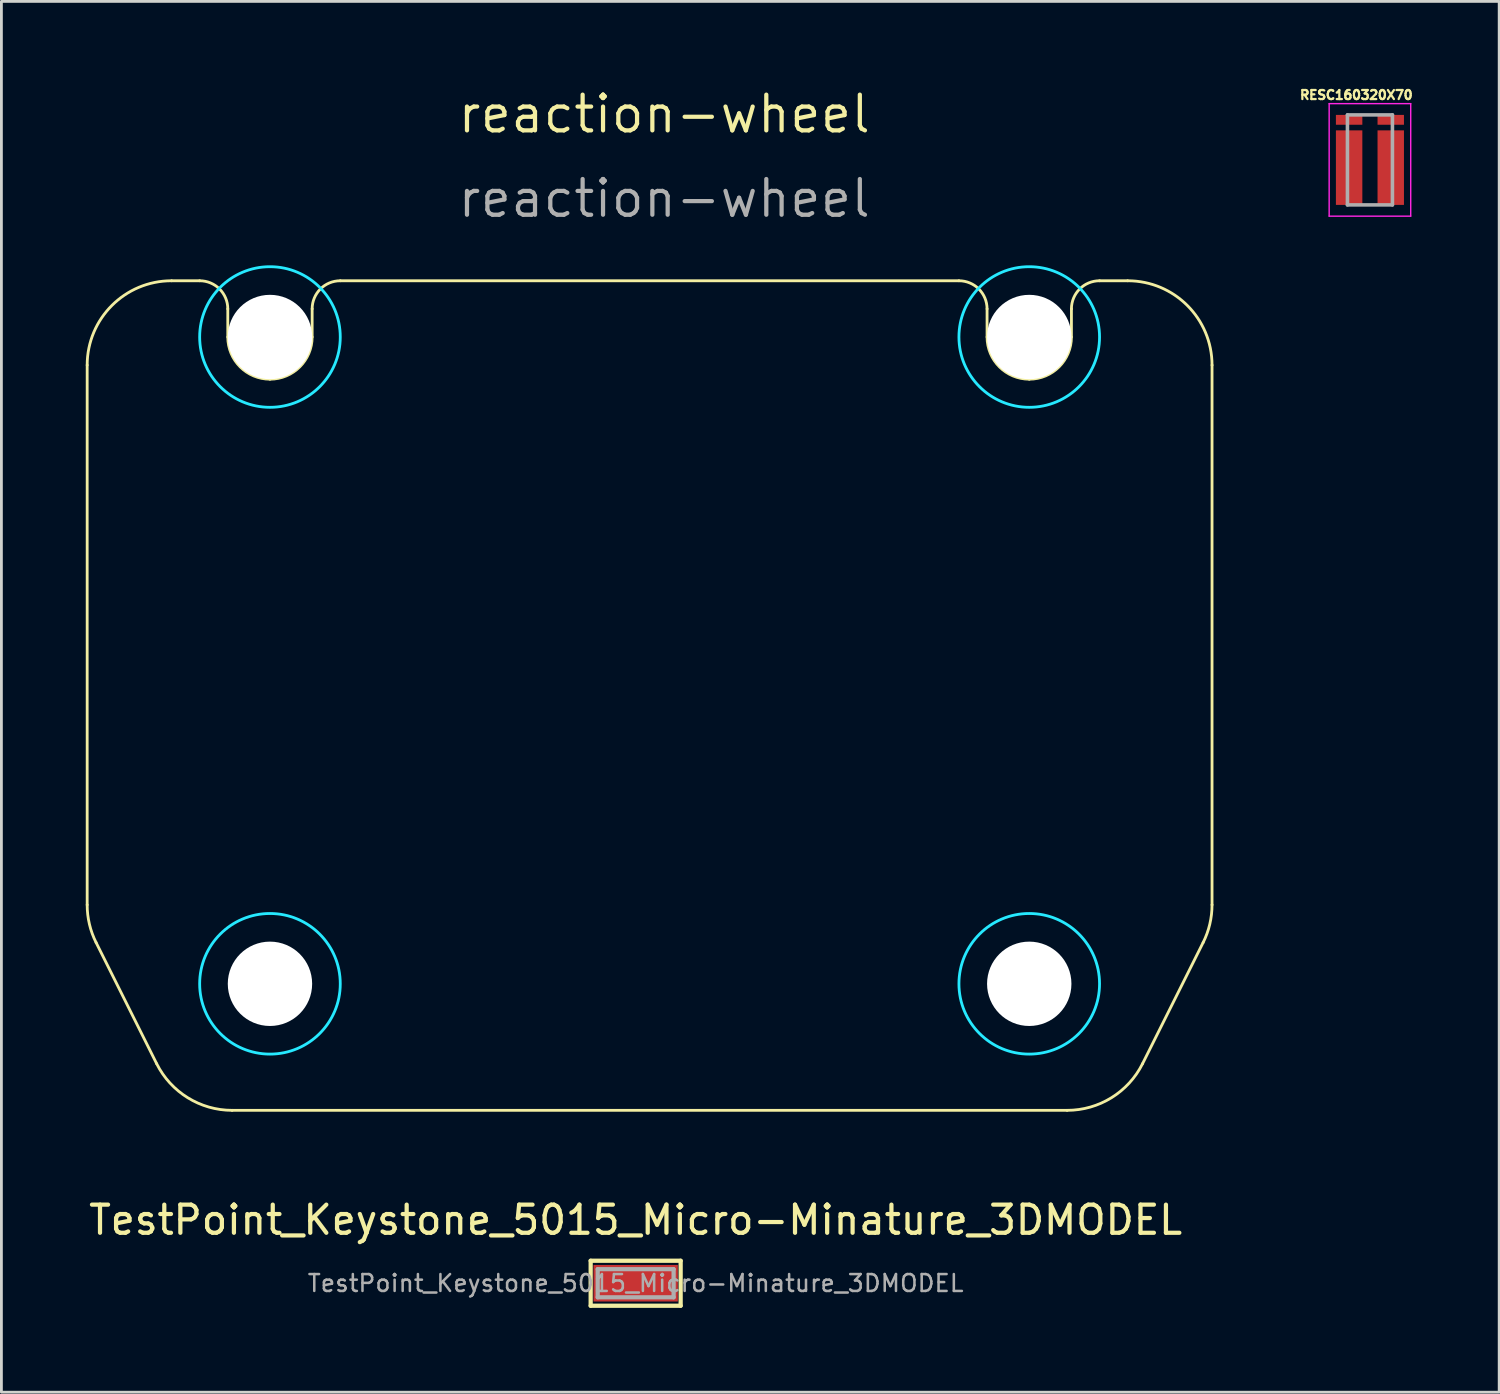
<source format=kicad_pcb>
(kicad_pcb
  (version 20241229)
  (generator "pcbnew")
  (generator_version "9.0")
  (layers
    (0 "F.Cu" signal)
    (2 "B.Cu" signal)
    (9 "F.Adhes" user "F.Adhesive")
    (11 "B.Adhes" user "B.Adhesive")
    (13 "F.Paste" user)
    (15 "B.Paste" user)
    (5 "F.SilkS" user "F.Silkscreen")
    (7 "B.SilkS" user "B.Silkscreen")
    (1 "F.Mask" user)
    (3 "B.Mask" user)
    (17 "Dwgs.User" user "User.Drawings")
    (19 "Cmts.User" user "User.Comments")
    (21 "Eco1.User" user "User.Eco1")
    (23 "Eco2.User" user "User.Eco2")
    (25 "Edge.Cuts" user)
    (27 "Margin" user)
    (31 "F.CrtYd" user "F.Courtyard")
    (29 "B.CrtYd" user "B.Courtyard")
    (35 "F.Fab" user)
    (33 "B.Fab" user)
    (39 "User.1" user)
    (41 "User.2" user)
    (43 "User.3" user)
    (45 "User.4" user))
  (footprint "TestPoint_Keystone_5015_Micro-Minature_3DMODEL"
    (layer "F.Cu")
    (at 19.554 42.582)
    (property "Reference" "TestPoint_Keystone_5015_Micro-Minature_3DMODEL" (at 0 -2.25 0) (layer "F.SilkS") (effects (font (size 1 1) (thickness 0.15))))
    (attr smd)
    (fp_line (start -1.6 -0.8) (end 1.6 -0.8) (stroke (width 0.15) (type solid)) (layer "F.SilkS"))
    (fp_line (start -1.6 0.8) (end -1.6 -0.8) (stroke (width 0.15) (type solid)) (layer "F.SilkS"))
    (fp_line (start 1.6 -0.8) (end 1.6 0.8) (stroke (width 0.15) (type solid)) (layer "F.SilkS"))
    (fp_line (start 1.6 0.8) (end -1.6 0.8) (stroke (width 0.15) (type solid)) (layer "F.SilkS"))
    (fp_line (start -1.35 0.5) (end -1.35 -0.5) (stroke (width 0.15) (type solid)) (layer "F.Fab"))
    (fp_line (start -1.35 0.5) (end 1.35 0.5) (stroke (width 0.15) (type solid)) (layer "F.Fab"))
    (fp_line (start 1.35 -0.5) (end -1.35 -0.5) (stroke (width 0.15) (type solid)) (layer "F.Fab"))
    (fp_line (start 1.35 -0.5) (end 1.35 0.5) (stroke (width 0.15) (type solid)) (layer "F.Fab"))
    (fp_text user "${REFERENCE}" (at 0 0 0) (layer "F.Fab") (effects (font (size 0.6 0.6) (thickness 0.09))))
    (pad "1" smd rect (at 0 0) (size 3 1.3) (layers "F.Cu" "F.Mask" "F.Paste")))
  (footprint "reaction-wheel"
    (layer "F.Cu")
    (at 6.55 8.934)
    (property "Reference" "reaction-wheel" (at 14.021 -7.928 0) (unlocked yes) (layer "F.SilkS") (effects (font (size 1.27 1.27) (thickness 0.15))))
    (fp_line (start -6.5 1) (end -6.5 20.192) (stroke (width 0.1) (type solid)) (layer "F.SilkS"))
    (fp_line (start -6.183 21.533) (end -4.029 25.842) (stroke (width 0.1) (type solid)) (layer "F.SilkS"))
    (fp_line (start -2.5 -2) (end -3.5 -2) (stroke (width 0.1) (type solid)) (layer "F.SilkS"))
    (fp_line (start -1.5 0) (end -1.5 -1) (stroke (width 0.1) (type solid)) (layer "F.SilkS"))
    (fp_line (start -1.346 27.5) (end 28.346 27.5) (stroke (width 0.1) (type solid)) (layer "F.SilkS"))
    (fp_line (start 1.5 -1) (end 1.5 0) (stroke (width 0.1) (type solid)) (layer "F.SilkS"))
    (fp_line (start 24.5 -2) (end 2.5 -2) (stroke (width 0.1) (type solid)) (layer "F.SilkS"))
    (fp_line (start 25.5 0) (end 25.5 -1) (stroke (width 0.1) (type solid)) (layer "F.SilkS"))
    (fp_line (start 28.5 -1) (end 28.5 0) (stroke (width 0.1) (type solid)) (layer "F.SilkS"))
    (fp_line (start 30.5 -2) (end 29.5 -2) (stroke (width 0.1) (type solid)) (layer "F.SilkS"))
    (fp_line (start 31.029 25.842) (end 33.183 21.533) (stroke (width 0.1) (type solid)) (layer "F.SilkS"))
    (fp_line (start 33.5 20.192) (end 33.5 1) (stroke (width 0.1) (type solid)) (layer "F.SilkS"))
    (fp_arc (start -6.5 1) (mid -5.62132 -1.12132) (end -3.5 -2) (stroke (width 0.1) (type solid)) (layer "F.SilkS"))
    (fp_arc (start -6.183283 21.533437) (mid -6.419851 20.88108) (end -6.5 20.191797) (stroke (width 0.1) (type solid)) (layer "F.SilkS"))
    (fp_arc (start -2.499997 -2.000003) (mid -1.792891 -1.707108) (end -1.5 -1) (stroke (width 0.1) (type solid)) (layer "F.SilkS"))
    (fp_arc (start -1.345899 27.500001) (mid -2.922955 27.051733) (end -4.029179 25.841644) (stroke (width 0.1) (type solid)) (layer "F.SilkS"))
    (fp_arc (start 0 1.5) (mid -1.060659 1.060661) (end -1.499998 0.000002) (stroke (width 0.1) (type solid)) (layer "F.SilkS"))
    (fp_arc (start 1.499997 -1.000003) (mid 1.792892 -1.707109) (end 2.5 -2) (stroke (width 0.1) (type solid)) (layer "F.SilkS"))
    (fp_arc (start 1.5 0) (mid 1.060661 1.060659) (end 0.000002 1.499998) (stroke (width 0.1) (type solid)) (layer "F.SilkS"))
    (fp_arc (start 24.500003 -2.000003) (mid 25.207109 -1.707108) (end 25.5 -1) (stroke (width 0.1) (type solid)) (layer "F.SilkS"))
    (fp_arc (start 27 1.5) (mid 25.939341 1.060661) (end 25.500002 0.000002) (stroke (width 0.1) (type solid)) (layer "F.SilkS"))
    (fp_arc (start 28.499997 -1.000003) (mid 28.792892 -1.707109) (end 29.5 -2) (stroke (width 0.1) (type solid)) (layer "F.SilkS"))
    (fp_arc (start 28.5 0) (mid 28.060661 1.060659) (end 27.000002 1.499998) (stroke (width 0.1) (type solid)) (layer "F.SilkS"))
    (fp_arc (start 30.5 -2) (mid 32.62132 -1.12132) (end 33.5 1) (stroke (width 0.1) (type solid)) (layer "F.SilkS"))
    (fp_arc (start 31.029178 25.841646) (mid 29.922952 27.051734) (end 28.345896 27.5) (stroke (width 0.1) (type solid)) (layer "F.SilkS"))
    (fp_arc (start 33.499999 20.191799) (mid 33.41985 20.881081) (end 33.183281 21.533438) (stroke (width 0.1) (type solid)) (layer "F.SilkS"))
    (fp_circle (center 0 0) (end 2.5 0) (stroke (width 0.1) (type solid)) (fill no) (layer "B.CrtYd"))
    (fp_circle (center 0 23) (end 2.5 23) (stroke (width 0.1) (type solid)) (fill no) (layer "B.CrtYd"))
    (fp_circle (center 27 0) (end 29.5 0) (stroke (width 0.1) (type solid)) (fill no) (layer "B.CrtYd"))
    (fp_circle (center 27 23) (end 29.5 23) (stroke (width 0.1) (type solid)) (fill no) (layer "B.CrtYd"))
    (fp_text user "${REFERENCE}" (at 14.021 -4.928 0) (unlocked yes) (layer "F.Fab") (effects (font (size 1.27 1.27) (thickness 0.15))))
    (pad "" np_thru_hole circle (at 0 0) (size 3 3) (drill 3) (layers "*.Cu" "*.Mask"))
    (pad "" np_thru_hole circle (at 0 23) (size 3 3) (drill 3) (layers "*.Cu" "*.Mask"))
    (pad "" np_thru_hole circle (at 27 0) (size 3 3) (drill 3) (layers "*.Cu" "*.Mask"))
    (pad "" np_thru_hole circle (at 27 23) (size 3 3) (drill 3) (layers "*.Cu" "*.Mask")))
  (footprint "RESC160320X70"
    (layer "F.Cu")
    (at 45.665 2.636)
    (property "Reference" "RESC160320X70" (at -0.485 -2.308 0) (layer "F.SilkS") (effects (font (size 0.321 0.321) (thickness 0.15))))
    (attr smd)
    (fp_line (start 0.82 -1.05) (end 0.82 -1.04) (stroke (width 0.01) (type solid)) (layer "Dwgs.User"))
    (fp_line (start -1.45 -2) (end 1.45 -2) (stroke (width 0.05) (type solid)) (layer "F.CrtYd"))
    (fp_line (start -1.45 2) (end -1.45 -2) (stroke (width 0.05) (type solid)) (layer "F.CrtYd"))
    (fp_line (start 1.45 -2) (end 1.45 2) (stroke (width 0.05) (type solid)) (layer "F.CrtYd"))
    (fp_line (start 1.45 2) (end -1.45 2) (stroke (width 0.05) (type solid)) (layer "F.CrtYd"))
    (fp_line (start -0.8 -1.6) (end 0.8 -1.6) (stroke (width 0.127) (type solid)) (layer "F.Fab"))
    (fp_line (start -0.8 1.6) (end -0.8 -1.6) (stroke (width 0.127) (type solid)) (layer "F.Fab"))
    (fp_line (start 0.8 -1.6) (end 0.8 1.6) (stroke (width 0.127) (type solid)) (layer "F.Fab"))
    (fp_line (start 0.8 1.6) (end -0.8 1.6) (stroke (width 0.127) (type solid)) (layer "F.Fab"))
    (pad "1" smd rect (at -0.74 0.275) (size 0.94 2.65) (layers "F.Cu" "F.Mask" "F.Paste"))
    (pad "2" smd rect (at 0.74 0.275) (size 0.94 2.65) (layers "F.Cu" "F.Mask" "F.Paste"))
    (pad "3" smd rect (at -0.74 -1.425) (size 0.94 0.35) (layers "F.Cu" "F.Mask" "F.Paste"))
    (pad "4" smd rect (at 0.74 -1.425) (size 0.94 0.35) (layers "F.Cu" "F.Mask" "F.Paste")))
  (gr_rect
    (start -3 -3)
    (end 50.261 46.457)
    (stroke (width 0.1) (type default))
    (fill no)
    (layer "Edge.Cuts")))
</source>
